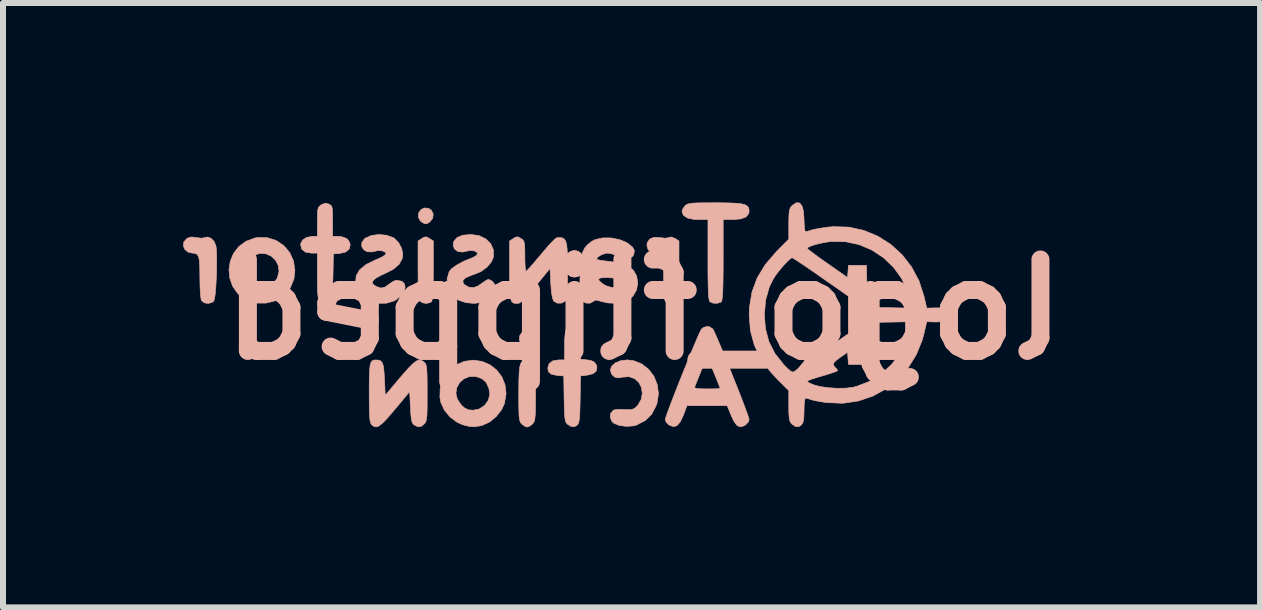
<source format=kicad_pcb>
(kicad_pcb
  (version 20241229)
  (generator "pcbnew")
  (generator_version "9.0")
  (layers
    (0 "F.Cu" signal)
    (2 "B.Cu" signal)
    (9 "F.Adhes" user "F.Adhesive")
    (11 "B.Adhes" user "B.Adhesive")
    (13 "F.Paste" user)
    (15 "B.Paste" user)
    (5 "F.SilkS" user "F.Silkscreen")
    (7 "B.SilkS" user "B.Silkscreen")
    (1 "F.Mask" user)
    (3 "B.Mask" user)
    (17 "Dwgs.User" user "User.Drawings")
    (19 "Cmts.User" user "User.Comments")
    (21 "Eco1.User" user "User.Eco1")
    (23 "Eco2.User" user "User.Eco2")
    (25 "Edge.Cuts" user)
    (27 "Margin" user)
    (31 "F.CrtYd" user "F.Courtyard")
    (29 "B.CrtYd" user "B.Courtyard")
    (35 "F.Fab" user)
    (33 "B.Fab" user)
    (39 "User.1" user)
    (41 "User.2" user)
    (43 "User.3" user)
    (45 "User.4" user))
  (footprint "logo_flipped"
    (layer "F.Cu")
    (at 7.946 0.25)
    (property "Reference" "logo_flipped" (at -0.261 1.859 180) (layer "B.SilkS") (effects (font (size 1.524 1.524) (thickness 0.3)) (justify mirror)))
    (attr through_hole)
    (fp_poly (pts (xy -2.297 2.241) (xy -2.336 2.297) (xy -2.341 2.37) (xy -2.31 2.427) (xy -2.255 2.46) (xy -2.191 2.464) (xy -2.13 2.433) (xy -2.107 2.406) (xy -2.081 2.357) (xy -2.085 2.318) (xy -2.108 2.277) (xy -2.165 2.227) (xy -2.233 2.216) (xy -2.297 2.241)) (stroke (width 0.01) (type solid)) (fill yes) (layer "B.SilkS"))
    (fp_poly (pts (xy -3.986 0.198) (xy -4.02 0.253) (xy -4.025 0.318) (xy -3.993 0.378) (xy -3.973 0.396) (xy -3.923 0.427) (xy -3.887 0.43) (xy -3.841 0.403) (xy -3.83 0.395) (xy -3.785 0.337) (xy -3.777 0.268) (xy -3.805 0.206) (xy -3.857 0.171) (xy -3.929 0.166) (xy -3.986 0.198)) (stroke (width 0.01) (type solid)) (fill yes) (layer "B.SilkS"))
    (fp_poly (pts (xy -3.927 0.652) (xy -3.966 0.675) (xy -4.029 0.716) (xy -4.029 1.188) (xy -4.028 1.355) (xy -4.024 1.498) (xy -4.018 1.61) (xy -4.009 1.684) (xy -4.003 1.708) (xy -3.958 1.745) (xy -3.891 1.757) (xy -3.827 1.742) (xy -3.805 1.727) (xy -3.794 1.696) (xy -3.785 1.628) (xy -3.779 1.519) (xy -3.776 1.365) (xy -3.775 1.206) (xy -3.775 0.716) (xy -3.839 0.675) (xy -3.888 0.648) (xy -3.927 0.652)) (stroke (width 0.01) (type solid)) (fill yes) (layer "B.SilkS"))
    (fp_poly (pts (xy 0.151 0.659) (xy 0.092 0.67) (xy 0.007 0.66) (xy -0.095 0.654) (xy -0.169 0.684) (xy -0.21 0.746) (xy -0.215 0.791) (xy -0.194 0.864) (xy -0.134 0.908) (xy -0.066 0.918) (xy -0.018 0.924) (xy 0.017 0.946) (xy 0.041 0.991) (xy 0.055 1.065) (xy 0.062 1.176) (xy 0.064 1.33) (xy 0.064 1.347) (xy 0.066 1.514) (xy 0.073 1.633) (xy 0.084 1.704) (xy 0.095 1.727) (xy 0.151 1.754) (xy 0.22 1.754) (xy 0.277 1.727) (xy 0.292 1.708) (xy 0.301 1.666) (xy 0.309 1.579) (xy 0.315 1.457) (xy 0.318 1.306) (xy 0.319 1.188) (xy 0.319 0.716) (xy 0.256 0.675) (xy 0.191 0.649) (xy 0.151 0.659)) (stroke (width 0.01) (type solid)) (fill yes) (layer "B.SilkS"))
    (fp_poly (pts (xy -2.256 2.702) (xy -2.291 2.719) (xy -2.316 2.754) (xy -2.334 2.813) (xy -2.344 2.904) (xy -2.349 3.031) (xy -2.351 3.202) (xy -2.351 3.253) (xy -2.351 3.418) (xy -2.349 3.54) (xy -2.346 3.627) (xy -2.339 3.685) (xy -2.329 3.724) (xy -2.315 3.749) (xy -2.3 3.766) (xy -2.25 3.804) (xy -2.211 3.817) (xy -2.166 3.8) (xy -2.122 3.766) (xy -2.104 3.744) (xy -2.091 3.716) (xy -2.082 3.674) (xy -2.076 3.609) (xy -2.073 3.514) (xy -2.072 3.382) (xy -2.071 3.263) (xy -2.073 3.078) (xy -2.078 2.937) (xy -2.088 2.835) (xy -2.105 2.766) (xy -2.129 2.725) (xy -2.164 2.704) (xy -2.209 2.698) (xy -2.209 2.698) (xy -2.256 2.702)) (stroke (width 0.01) (type solid)) (fill yes) (layer "B.SilkS"))
    (fp_poly (pts (xy -7.864 0.665) (xy -7.884 0.677) (xy -7.932 0.732) (xy -7.941 0.797) (xy -7.914 0.859) (xy -7.858 0.903) (xy -7.789 0.918) (xy -7.742 0.923) (xy -7.709 0.94) (xy -7.687 0.978) (xy -7.673 1.043) (xy -7.667 1.143) (xy -7.665 1.286) (xy -7.665 1.319) (xy -7.663 1.45) (xy -7.658 1.565) (xy -7.65 1.653) (xy -7.641 1.704) (xy -7.639 1.708) (xy -7.593 1.746) (xy -7.527 1.757) (xy -7.461 1.739) (xy -7.433 1.716) (xy -7.421 1.676) (xy -7.409 1.597) (xy -7.4 1.488) (xy -7.392 1.359) (xy -7.387 1.221) (xy -7.385 1.085) (xy -7.386 0.961) (xy -7.39 0.86) (xy -7.397 0.799) (xy -7.428 0.724) (xy -7.479 0.671) (xy -7.539 0.65) (xy -7.578 0.659) (xy -7.638 0.67) (xy -7.722 0.66) (xy -7.804 0.649) (xy -7.864 0.665)) (stroke (width 0.01) (type solid)) (fill yes) (layer "B.SilkS"))
    (fp_poly (pts (xy -0.655 2.712) (xy -0.743 2.749) (xy -0.802 2.802) (xy -0.824 2.864) (xy -0.806 2.93) (xy -0.776 2.965) (xy -0.733 2.993) (xy -0.681 2.996) (xy -0.626 2.985) (xy -0.514 2.977) (xy -0.421 3.009) (xy -0.351 3.071) (xy -0.307 3.156) (xy -0.292 3.254) (xy -0.31 3.356) (xy -0.365 3.453) (xy -0.418 3.506) (xy -0.477 3.527) (xy -0.581 3.526) (xy -0.591 3.525) (xy -0.678 3.522) (xy -0.75 3.529) (xy -0.776 3.538) (xy -0.817 3.585) (xy -0.826 3.651) (xy -0.803 3.716) (xy -0.767 3.753) (xy -0.676 3.79) (xy -0.561 3.805) (xy -0.446 3.798) (xy -0.391 3.784) (xy -0.244 3.708) (xy -0.136 3.603) (xy -0.062 3.461) (xy -0.046 3.415) (xy -0.023 3.261) (xy -0.042 3.111) (xy -0.098 2.972) (xy -0.187 2.854) (xy -0.301 2.765) (xy -0.437 2.711) (xy -0.544 2.698) (xy -0.655 2.712)) (stroke (width 0.01) (type solid)) (fill yes) (layer "B.SilkS"))
    (fp_poly (pts (xy 0.76 0.08) (xy 0.64 0.081) (xy 0.555 0.085) (xy 0.498 0.092) (xy 0.461 0.102) (xy 0.435 0.117) (xy 0.42 0.13) (xy 0.383 0.181) (xy 0.369 0.219) (xy 0.392 0.286) (xy 0.46 0.333) (xy 0.568 0.356) (xy 0.636 0.359) (xy 0.802 0.359) (xy 0.802 1.028) (xy 0.802 1.25) (xy 0.805 1.425) (xy 0.809 1.557) (xy 0.815 1.649) (xy 0.823 1.704) (xy 0.832 1.727) (xy 0.887 1.752) (xy 0.959 1.754) (xy 1.019 1.733) (xy 1.025 1.727) (xy 1.035 1.701) (xy 1.043 1.641) (xy 1.049 1.546) (xy 1.053 1.41) (xy 1.055 1.231) (xy 1.056 1.028) (xy 1.056 0.359) (xy 1.215 0.359) (xy 1.35 0.348) (xy 1.438 0.314) (xy 1.483 0.256) (xy 1.488 0.219) (xy 1.483 0.173) (xy 1.463 0.139) (xy 1.422 0.113) (xy 1.354 0.096) (xy 1.254 0.086) (xy 1.116 0.081) (xy 0.932 0.079) (xy 0.923 0.079) (xy 0.76 0.08)) (stroke (width 0.01) (type solid)) (fill yes) (layer "B.SilkS"))
    (fp_poly (pts (xy -3.257 2.722) (xy -3.402 2.783) (xy -3.524 2.883) (xy -3.612 3.013) (xy -3.66 3.163) (xy -3.665 3.322) (xy -3.649 3.406) (xy -3.591 3.534) (xy -3.496 3.649) (xy -3.378 3.738) (xy -3.284 3.779) (xy -3.18 3.805) (xy -3.097 3.812) (xy -3.01 3.8) (xy -2.956 3.787) (xy -2.837 3.732) (xy -2.726 3.641) (xy -2.637 3.527) (xy -2.59 3.425) (xy -2.564 3.272) (xy -2.834 3.272) (xy -2.858 3.372) (xy -2.92 3.457) (xy -3.01 3.516) (xy -3.114 3.537) (xy -3.192 3.529) (xy -3.254 3.499) (xy -3.307 3.451) (xy -3.374 3.355) (xy -3.398 3.256) (xy -3.384 3.161) (xy -3.338 3.078) (xy -3.266 3.013) (xy -3.175 2.976) (xy -3.07 2.974) (xy -2.966 3.009) (xy -2.895 3.072) (xy -2.849 3.169) (xy -2.834 3.272) (xy -2.564 3.272) (xy -2.562 3.264) (xy -2.579 3.114) (xy -2.633 2.98) (xy -2.719 2.867) (xy -2.831 2.779) (xy -2.962 2.723) (xy -3.106 2.702) (xy -3.257 2.722)) (stroke (width 0.01) (type solid)) (fill yes) (layer "B.SilkS"))
    (fp_poly (pts (xy -1.542 2.165) (xy -1.562 2.188) (xy -1.574 2.235) (xy -1.583 2.318) (xy -1.588 2.422) (xy -1.588 2.468) (xy -1.588 2.698) (xy -1.688 2.698) (xy -1.786 2.715) (xy -1.847 2.763) (xy -1.868 2.837) (xy -1.853 2.899) (xy -1.804 2.937) (xy -1.713 2.956) (xy -1.702 2.957) (xy -1.601 2.965) (xy -1.595 3.347) (xy -1.592 3.495) (xy -1.588 3.6) (xy -1.581 3.672) (xy -1.572 3.719) (xy -1.558 3.748) (xy -1.538 3.77) (xy -1.535 3.772) (xy -1.471 3.811) (xy -1.414 3.807) (xy -1.378 3.785) (xy -1.361 3.766) (xy -1.349 3.732) (xy -1.34 3.675) (xy -1.334 3.588) (xy -1.33 3.462) (xy -1.328 3.359) (xy -1.321 2.965) (xy -1.21 2.952) (xy -1.112 2.927) (xy -1.057 2.881) (xy -1.048 2.816) (xy -1.062 2.774) (xy -1.097 2.73) (xy -1.154 2.707) (xy -1.208 2.698) (xy -1.321 2.686) (xy -1.329 2.445) (xy -1.335 2.337) (xy -1.345 2.246) (xy -1.357 2.187) (xy -1.364 2.172) (xy -1.416 2.143) (xy -1.483 2.141) (xy -1.542 2.165)) (stroke (width 0.01) (type solid)) (fill yes) (layer "B.SilkS"))
    (fp_poly (pts (xy -6.751 0.667) (xy -6.9 0.723) (xy -7.018 0.811) (xy -7.105 0.925) (xy -7.159 1.055) (xy -7.18 1.194) (xy -7.167 1.334) (xy -7.12 1.468) (xy -7.038 1.586) (xy -6.919 1.681) (xy -6.846 1.718) (xy -6.711 1.751) (xy -6.563 1.751) (xy -6.425 1.717) (xy -6.407 1.71) (xy -6.263 1.619) (xy -6.159 1.498) (xy -6.098 1.35) (xy -6.084 1.226) (xy -6.346 1.226) (xy -6.375 1.332) (xy -6.386 1.352) (xy -6.448 1.422) (xy -6.534 1.477) (xy -6.621 1.502) (xy -6.63 1.503) (xy -6.684 1.492) (xy -6.751 1.465) (xy -6.752 1.464) (xy -6.822 1.41) (xy -6.882 1.334) (xy -6.921 1.255) (xy -6.928 1.215) (xy -6.908 1.128) (xy -6.858 1.04) (xy -6.791 0.971) (xy -6.777 0.962) (xy -6.671 0.923) (xy -6.568 0.928) (xy -6.477 0.968) (xy -6.404 1.036) (xy -6.358 1.125) (xy -6.346 1.226) (xy -6.084 1.226) (xy -6.082 1.207) (xy -6.105 1.048) (xy -6.169 0.908) (xy -6.267 0.793) (xy -6.393 0.709) (xy -6.538 0.662) (xy -6.695 0.658) (xy -6.751 0.667)) (stroke (width 0.01) (type solid)) (fill yes) (layer "B.SilkS"))
    (fp_poly (pts (xy -5.63 0.106) (xy -5.643 0.115) (xy -5.673 0.137) (xy -5.692 0.165) (xy -5.702 0.208) (xy -5.706 0.279) (xy -5.707 0.389) (xy -5.707 0.398) (xy -5.707 0.639) (xy -5.791 0.639) (xy -5.883 0.655) (xy -5.952 0.699) (xy -5.985 0.761) (xy -5.987 0.778) (xy -5.966 0.854) (xy -5.904 0.902) (xy -5.807 0.918) (xy -5.707 0.918) (xy -5.707 1.298) (xy -5.706 1.451) (xy -5.703 1.561) (xy -5.697 1.636) (xy -5.687 1.684) (xy -5.672 1.712) (xy -5.667 1.718) (xy -5.607 1.751) (xy -5.538 1.754) (xy -5.484 1.725) (xy -5.482 1.724) (xy -5.471 1.685) (xy -5.461 1.603) (xy -5.453 1.484) (xy -5.448 1.335) (xy -5.447 1.311) (xy -5.44 0.931) (xy -5.332 0.923) (xy -5.236 0.9) (xy -5.177 0.851) (xy -5.16 0.781) (xy -5.171 0.735) (xy -5.215 0.677) (xy -5.297 0.646) (xy -5.383 0.639) (xy -5.453 0.639) (xy -5.453 0.384) (xy -5.454 0.268) (xy -5.457 0.192) (xy -5.465 0.147) (xy -5.481 0.121) (xy -5.506 0.105) (xy -5.516 0.101) (xy -5.573 0.086) (xy -5.63 0.106)) (stroke (width 0.01) (type solid)) (fill yes) (layer "B.SilkS"))
    (fp_poly (pts (xy -3.285 0.62) (xy -3.38 0.659) (xy -3.433 0.724) (xy -3.444 0.784) (xy -3.423 0.849) (xy -3.367 0.89) (xy -3.29 0.901) (xy -3.245 0.891) (xy -3.167 0.875) (xy -3.097 0.88) (xy -3.049 0.903) (xy -3.038 0.929) (xy -3.059 0.96) (xy -3.112 0.99) (xy -3.12 0.993) (xy -3.266 1.053) (xy -3.385 1.117) (xy -3.471 1.179) (xy -3.509 1.226) (xy -3.545 1.347) (xy -3.536 1.469) (xy -3.485 1.582) (xy -3.397 1.673) (xy -3.345 1.706) (xy -3.231 1.743) (xy -3.1 1.756) (xy -2.977 1.742) (xy -2.936 1.729) (xy -2.841 1.675) (xy -2.774 1.605) (xy -2.74 1.528) (xy -2.742 1.455) (xy -2.785 1.395) (xy -2.796 1.386) (xy -2.827 1.366) (xy -2.852 1.357) (xy -2.881 1.365) (xy -2.925 1.392) (xy -2.996 1.442) (xy -3.032 1.468) (xy -3.105 1.493) (xy -3.187 1.484) (xy -3.257 1.444) (xy -3.276 1.421) (xy -3.282 1.374) (xy -3.238 1.33) (xy -3.144 1.288) (xy -3.09 1.271) (xy -2.977 1.223) (xy -2.878 1.149) (xy -2.805 1.062) (xy -2.773 0.983) (xy -2.773 0.865) (xy -2.818 0.762) (xy -2.9 0.681) (xy -3.013 0.627) (xy -3.148 0.608) (xy -3.285 0.62)) (stroke (width 0.01) (type solid)) (fill yes) (layer "B.SilkS"))
    (fp_poly (pts (xy -4.806 0.624) (xy -4.906 0.668) (xy -4.925 0.683) (xy -4.967 0.745) (xy -4.967 0.808) (xy -4.934 0.862) (xy -4.874 0.895) (xy -4.797 0.898) (xy -4.77 0.891) (xy -4.692 0.875) (xy -4.622 0.881) (xy -4.574 0.904) (xy -4.563 0.929) (xy -4.586 0.956) (xy -4.647 0.992) (xy -4.736 1.031) (xy -4.74 1.032) (xy -4.895 1.108) (xy -5.002 1.196) (xy -5.06 1.297) (xy -5.069 1.41) (xy -5.028 1.534) (xy -5.016 1.557) (xy -4.935 1.652) (xy -4.823 1.719) (xy -4.693 1.754) (xy -4.558 1.753) (xy -4.43 1.715) (xy -4.406 1.702) (xy -4.319 1.636) (xy -4.265 1.563) (xy -4.244 1.491) (xy -4.255 1.43) (xy -4.299 1.387) (xy -4.376 1.373) (xy -4.41 1.375) (xy -4.453 1.395) (xy -4.511 1.435) (xy -4.52 1.442) (xy -4.588 1.489) (xy -4.647 1.5) (xy -4.72 1.477) (xy -4.728 1.473) (xy -4.784 1.434) (xy -4.789 1.39) (xy -4.744 1.342) (xy -4.649 1.288) (xy -4.589 1.262) (xy -4.444 1.188) (xy -4.346 1.106) (xy -4.294 1.011) (xy -4.284 0.934) (xy -4.303 0.839) (xy -4.353 0.745) (xy -4.421 0.674) (xy -4.441 0.661) (xy -4.557 0.62) (xy -4.684 0.608) (xy -4.806 0.624)) (stroke (width 0.01) (type solid)) (fill yes) (layer "B.SilkS"))
    (fp_poly (pts (xy -4.767 2.701) (xy -4.795 2.715) (xy -4.815 2.745) (xy -4.829 2.797) (xy -4.837 2.879) (xy -4.841 2.997) (xy -4.843 3.156) (xy -4.843 3.248) (xy -4.842 3.422) (xy -4.84 3.553) (xy -4.836 3.646) (xy -4.829 3.71) (xy -4.819 3.75) (xy -4.806 3.774) (xy -4.803 3.777) (xy -4.766 3.806) (xy -4.728 3.815) (xy -4.683 3.8) (xy -4.627 3.757) (xy -4.553 3.682) (xy -4.458 3.572) (xy -4.393 3.496) (xy -4.169 3.225) (xy -4.156 3.485) (xy -4.149 3.607) (xy -4.14 3.688) (xy -4.127 3.739) (xy -4.107 3.77) (xy -4.094 3.781) (xy -4.028 3.814) (xy -3.969 3.801) (xy -3.928 3.766) (xy -3.909 3.745) (xy -3.896 3.717) (xy -3.887 3.675) (xy -3.881 3.612) (xy -3.878 3.519) (xy -3.877 3.389) (xy -3.877 3.249) (xy -3.877 3.082) (xy -3.879 2.959) (xy -3.883 2.872) (xy -3.889 2.813) (xy -3.899 2.775) (xy -3.913 2.751) (xy -3.923 2.74) (xy -3.965 2.709) (xy -4.006 2.699) (xy -4.053 2.714) (xy -4.11 2.756) (xy -4.184 2.83) (xy -4.281 2.939) (xy -4.327 2.993) (xy -4.576 3.289) (xy -4.589 3.018) (xy -4.597 2.885) (xy -4.609 2.795) (xy -4.629 2.739) (xy -4.659 2.71) (xy -4.705 2.7) (xy -4.73 2.699) (xy -4.767 2.701)) (stroke (width 0.01) (type solid)) (fill yes) (layer "B.SilkS"))
    (fp_poly (pts (xy -2.402 0.652) (xy -2.44 0.675) (xy -2.504 0.716) (xy -2.504 1.206) (xy -2.503 1.387) (xy -2.501 1.524) (xy -2.494 1.622) (xy -2.483 1.688) (xy -2.466 1.728) (xy -2.44 1.749) (xy -2.405 1.757) (xy -2.375 1.757) (xy -2.342 1.751) (xy -2.304 1.727) (xy -2.254 1.681) (xy -2.187 1.607) (xy -2.096 1.499) (xy -2.069 1.465) (xy -1.83 1.173) (xy -1.817 1.423) (xy -1.807 1.56) (xy -1.791 1.658) (xy -1.772 1.713) (xy -1.77 1.716) (xy -1.71 1.752) (xy -1.638 1.751) (xy -1.577 1.718) (xy -1.563 1.696) (xy -1.552 1.658) (xy -1.545 1.599) (xy -1.54 1.509) (xy -1.538 1.383) (xy -1.538 1.214) (xy -1.538 1.03) (xy -1.542 0.891) (xy -1.551 0.791) (xy -1.567 0.723) (xy -1.592 0.683) (xy -1.627 0.664) (xy -1.675 0.659) (xy -1.716 0.662) (xy -1.745 0.681) (xy -1.799 0.734) (xy -1.871 0.812) (xy -1.953 0.908) (xy -1.982 0.943) (xy -2.066 1.042) (xy -2.138 1.127) (xy -2.194 1.188) (xy -2.226 1.219) (xy -2.23 1.222) (xy -2.238 1.199) (xy -2.245 1.136) (xy -2.249 1.043) (xy -2.249 0.97) (xy -2.25 0.854) (xy -2.254 0.777) (xy -2.263 0.73) (xy -2.279 0.701) (xy -2.306 0.679) (xy -2.313 0.675) (xy -2.363 0.648) (xy -2.402 0.652)) (stroke (width 0.01) (type solid)) (fill yes) (layer "B.SilkS"))
    (fp_poly (pts (xy 0.728 2.157) (xy 0.695 2.183) (xy 0.676 2.218) (xy 0.641 2.293) (xy 0.595 2.401) (xy 0.539 2.534) (xy 0.477 2.685) (xy 0.411 2.848) (xy 0.344 3.014) (xy 0.279 3.178) (xy 0.22 3.331) (xy 0.168 3.466) (xy 0.127 3.577) (xy 0.1 3.655) (xy 0.09 3.695) (xy 0.09 3.696) (xy 0.109 3.74) (xy 0.154 3.782) (xy 0.225 3.81) (xy 0.286 3.793) (xy 0.341 3.73) (xy 0.393 3.618) (xy 0.394 3.616) (xy 0.452 3.461) (xy 1.123 3.461) (xy 1.182 3.607) (xy 1.235 3.721) (xy 1.285 3.789) (xy 1.338 3.813) (xy 1.398 3.798) (xy 1.432 3.777) (xy 1.474 3.733) (xy 1.488 3.695) (xy 1.479 3.658) (xy 1.453 3.582) (xy 1.413 3.474) (xy 1.362 3.34) (xy 1.303 3.188) (xy 1.297 3.173) (xy 1.005 3.173) (xy 0.982 3.177) (xy 0.919 3.18) (xy 0.828 3.181) (xy 0.786 3.181) (xy 0.676 3.179) (xy 0.61 3.173) (xy 0.581 3.161) (xy 0.58 3.15) (xy 0.657 2.958) (xy 0.716 2.812) (xy 0.759 2.714) (xy 0.785 2.662) (xy 0.792 2.655) (xy 0.804 2.68) (xy 0.831 2.741) (xy 0.866 2.825) (xy 0.906 2.92) (xy 0.944 3.014) (xy 0.977 3.096) (xy 0.999 3.153) (xy 1.005 3.173) (xy 1.297 3.173) (xy 1.238 3.025) (xy 1.172 2.859) (xy 1.105 2.696) (xy 1.043 2.543) (xy 0.986 2.409) (xy 0.939 2.299) (xy 0.904 2.222) (xy 0.884 2.184) (xy 0.883 2.183) (xy 0.829 2.147) (xy 0.789 2.139) (xy 0.728 2.157)) (stroke (width 0.01) (type solid)) (fill yes) (layer "B.SilkS"))
    (fp_poly (pts (xy -1.075 0.692) (xy -1.132 0.721) (xy -1.2 0.774) (xy -1.251 0.832) (xy -1.286 0.903) (xy -1.309 0.997) (xy -1.322 1.124) (xy -1.329 1.291) (xy -1.33 1.315) (xy -1.333 1.46) (xy -1.332 1.564) (xy -1.328 1.633) (xy -1.319 1.678) (xy -1.305 1.706) (xy -1.296 1.715) (xy -1.234 1.75) (xy -1.164 1.753) (xy -1.109 1.724) (xy -1.108 1.723) (xy -1.081 1.702) (xy -1.039 1.704) (xy -0.984 1.721) (xy -0.862 1.749) (xy -0.729 1.753) (xy -0.607 1.735) (xy -0.549 1.714) (xy -0.452 1.64) (xy -0.389 1.535) (xy -0.368 1.419) (xy -0.371 1.399) (xy -0.622 1.399) (xy -0.638 1.434) (xy -0.664 1.465) (xy -0.723 1.492) (xy -0.807 1.49) (xy -0.897 1.462) (xy -0.951 1.43) (xy -1.009 1.382) (xy -1.021 1.349) (xy -0.985 1.331) (xy -0.901 1.325) (xy -0.893 1.325) (xy -0.783 1.332) (xy -0.695 1.349) (xy -0.638 1.375) (xy -0.622 1.399) (xy -0.371 1.399) (xy -0.386 1.298) (xy -0.442 1.202) (xy -0.539 1.13) (xy -0.678 1.082) (xy -0.861 1.054) (xy -0.953 1.044) (xy -1.021 1.032) (xy -1.053 1.02) (xy -1.054 1.018) (xy -1.033 0.983) (xy -0.979 0.949) (xy -0.913 0.924) (xy -0.87 0.918) (xy -0.802 0.93) (xy -0.72 0.959) (xy -0.696 0.971) (xy -0.588 1.011) (xy -0.505 1.01) (xy -0.449 0.969) (xy -0.434 0.938) (xy -0.424 0.876) (xy -0.451 0.823) (xy -0.459 0.814) (xy -0.552 0.742) (xy -0.676 0.692) (xy -0.815 0.665) (xy -0.953 0.665) (xy -1.075 0.692)) (stroke (width 0.01) (type solid)) (fill yes) (layer "B.SilkS"))
    (fp_poly (pts (xy 2.206 0.124) (xy 2.2 0.13) (xy 2.176 0.16) (xy 2.161 0.201) (xy 2.153 0.263) (xy 2.15 0.358) (xy 2.149 0.434) (xy 2.149 0.686) (xy 1.939 0.898) (xy 1.757 1.11) (xy 1.623 1.331) (xy 1.536 1.566) (xy 1.494 1.82) (xy 1.489 1.948) (xy 1.51 2.212) (xy 1.576 2.455) (xy 1.687 2.682) (xy 1.846 2.898) (xy 1.939 2.999) (xy 2.149 3.21) (xy 2.149 3.463) (xy 2.15 3.582) (xy 2.156 3.662) (xy 2.166 3.714) (xy 2.185 3.749) (xy 2.2 3.766) (xy 2.265 3.811) (xy 2.325 3.806) (xy 2.363 3.777) (xy 2.386 3.738) (xy 2.399 3.67) (xy 2.403 3.564) (xy 2.403 3.535) (xy 2.406 3.441) (xy 2.413 3.371) (xy 2.424 3.336) (xy 2.427 3.334) (xy 2.467 3.342) (xy 2.515 3.358) (xy 2.57 3.373) (xy 2.658 3.39) (xy 2.764 3.407) (xy 2.79 3.41) (xy 3.052 3.42) (xy 3.306 3.383) (xy 3.547 3.302) (xy 3.769 3.18) (xy 3.967 3.022) (xy 4.138 2.831) (xy 4.275 2.609) (xy 4.375 2.362) (xy 4.402 2.259) (xy 4.448 2.061) (xy 4.595 2.066) (xy 4.693 2.061) (xy 4.188 2.061) (xy 4.17 2.17) (xy 4.109 2.386) (xy 4.004 2.59) (xy 3.862 2.774) (xy 3.689 2.932) (xy 3.493 3.056) (xy 3.28 3.139) (xy 3.214 3.155) (xy 3.097 3.169) (xy 2.953 3.171) (xy 2.802 3.161) (xy 2.664 3.141) (xy 2.575 3.117) (xy 2.506 3.089) (xy 2.462 3.065) (xy 2.454 3.055) (xy 2.477 3.04) (xy 2.539 3.016) (xy 2.63 2.987) (xy 2.709 2.964) (xy 2.814 2.933) (xy 2.898 2.905) (xy 2.95 2.884) (xy 2.963 2.875) (xy 2.946 2.846) (xy 2.925 2.825) (xy 2.893 2.788) (xy 2.897 2.75) (xy 2.94 2.704) (xy 3.008 2.654) (xy 3.128 2.571) (xy 3.136 2.673) (xy 3.144 2.774) (xy 3.444 2.774) (xy 3.459 2.075) (xy 3.823 2.068) (xy 4.188 2.061) (xy 4.693 2.061) (xy 4.709 2.06) (xy 4.78 2.035) (xy 4.814 1.985) (xy 4.819 1.948) (xy 4.803 1.885) (xy 4.752 1.847) (xy 4.685 1.835) (xy 4.188 1.835) (xy 3.823 1.828) (xy 3.459 1.821) (xy 3.455 1.635) (xy 3.141 1.635) (xy 3.141 2.262) (xy 2.933 2.407) (xy 2.725 2.553) (xy 2.669 2.483) (xy 2.613 2.412) (xy 2.479 2.612) (xy 2.384 2.748) (xy 2.308 2.839) (xy 2.247 2.889) (xy 2.21 2.901) (xy 2.179 2.884) (xy 2.126 2.839) (xy 2.068 2.78) (xy 1.919 2.593) (xy 1.818 2.394) (xy 1.76 2.177) (xy 1.742 1.948) (xy 1.763 1.702) (xy 1.825 1.482) (xy 1.889 1.351) (xy 1.935 1.28) (xy 1.997 1.201) (xy 2.064 1.122) (xy 2.127 1.054) (xy 2.178 1.009) (xy 2.204 0.995) (xy 2.23 1.009) (xy 2.292 1.048) (xy 2.383 1.108) (xy 2.496 1.185) (xy 2.625 1.274) (xy 2.683 1.315) (xy 3.141 1.635) (xy 3.455 1.635) (xy 3.451 1.471) (xy 3.444 1.122) (xy 3.144 1.122) (xy 3.136 1.223) (xy 3.128 1.325) (xy 2.792 1.09) (xy 2.678 1.01) (xy 2.581 0.939) (xy 2.507 0.883) (xy 2.463 0.848) (xy 2.455 0.838) (xy 2.477 0.817) (xy 2.538 0.792) (xy 2.624 0.767) (xy 2.724 0.744) (xy 2.824 0.728) (xy 2.861 0.724) (xy 3.096 0.728) (xy 3.323 0.777) (xy 3.536 0.868) (xy 3.728 0.995) (xy 3.895 1.154) (xy 4.029 1.34) (xy 4.125 1.549) (xy 4.17 1.726) (xy 4.188 1.835) (xy 4.685 1.835) (xy 4.662 1.831) (xy 4.595 1.831) (xy 4.448 1.835) (xy 4.402 1.637) (xy 4.319 1.38) (xy 4.195 1.148) (xy 4.037 0.945) (xy 3.849 0.773) (xy 3.635 0.637) (xy 3.401 0.54) (xy 3.152 0.485) (xy 2.893 0.477) (xy 2.79 0.486) (xy 2.683 0.502) (xy 2.589 0.519) (xy 2.524 0.535) (xy 2.515 0.538) (xy 2.459 0.556) (xy 2.427 0.562) (xy 2.416 0.539) (xy 2.408 0.477) (xy 2.404 0.388) (xy 2.403 0.361) (xy 2.395 0.225) (xy 2.369 0.131) (xy 2.328 0.082) (xy 2.273 0.079) (xy 2.206 0.124)) (stroke (width 0.01) (type solid)) (fill yes) (layer "B.SilkS")))
  (gr_rect
    (start -3 -3)
    (end 17.949 7.072)
    (stroke (width 0.1) (type default))
    (fill no)
    (layer "Edge.Cuts")))
</source>
